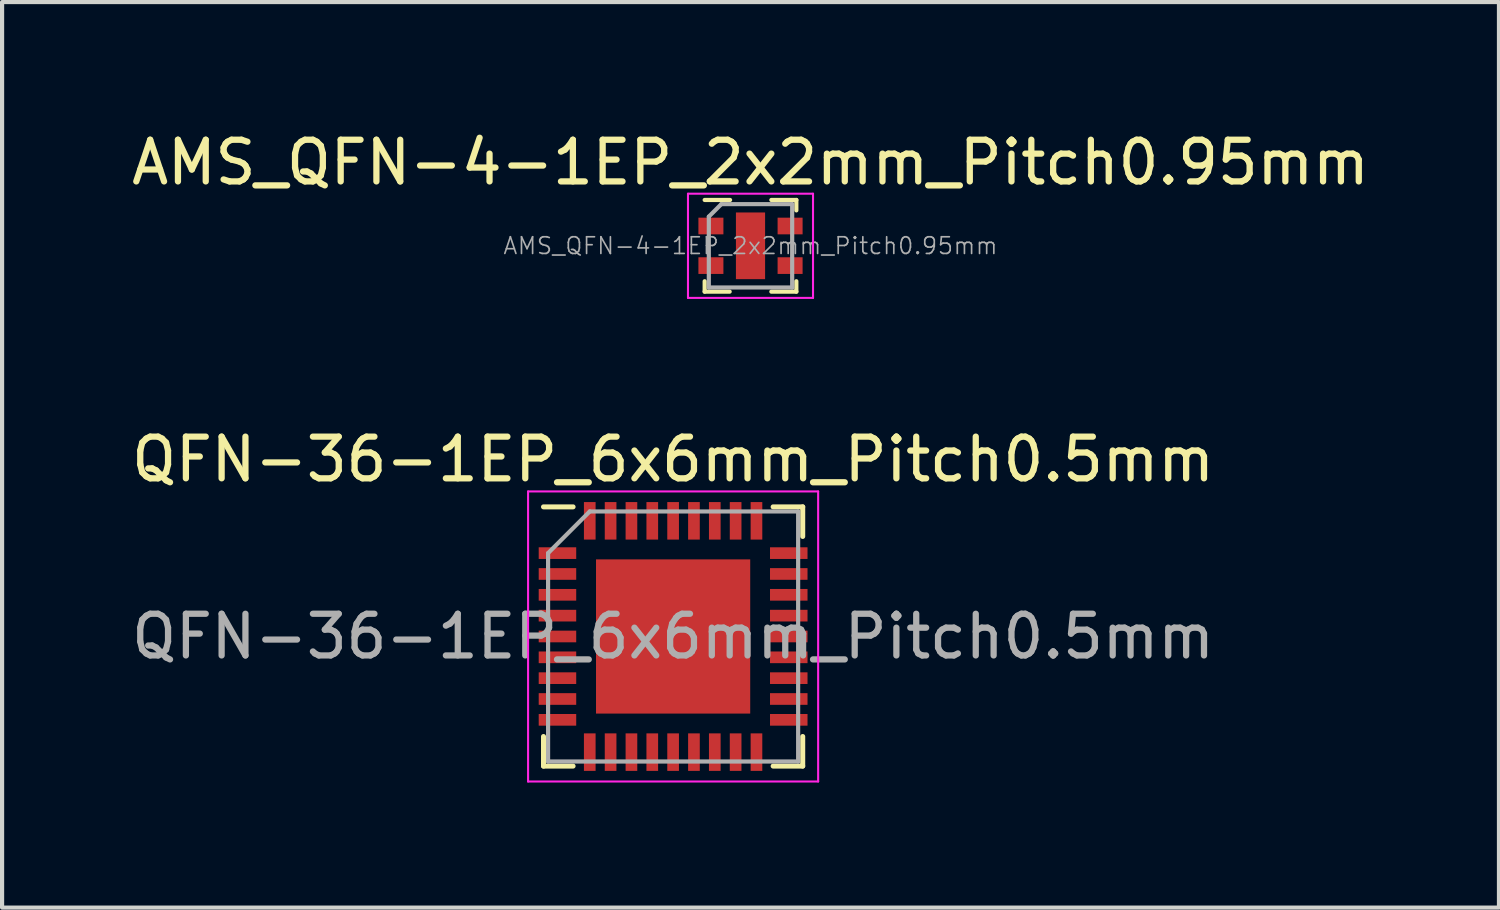
<source format=kicad_pcb>
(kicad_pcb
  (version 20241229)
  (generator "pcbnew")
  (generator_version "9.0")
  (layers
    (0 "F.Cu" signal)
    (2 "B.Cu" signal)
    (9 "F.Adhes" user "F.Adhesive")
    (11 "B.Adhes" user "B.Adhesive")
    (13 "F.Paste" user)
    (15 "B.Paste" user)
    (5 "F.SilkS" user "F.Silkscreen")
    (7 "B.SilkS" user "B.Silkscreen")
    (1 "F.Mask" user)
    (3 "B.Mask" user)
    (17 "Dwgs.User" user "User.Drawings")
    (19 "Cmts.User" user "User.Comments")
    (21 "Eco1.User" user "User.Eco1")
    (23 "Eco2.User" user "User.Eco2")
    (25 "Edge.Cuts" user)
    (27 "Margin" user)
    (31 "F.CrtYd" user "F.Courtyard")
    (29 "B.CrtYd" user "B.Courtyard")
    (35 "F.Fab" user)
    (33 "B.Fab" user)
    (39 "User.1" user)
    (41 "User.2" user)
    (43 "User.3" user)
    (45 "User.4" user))
  (footprint "AMS_QFN-4-1EP_2x2mm_Pitch0.95mm"
    (layer "F.Cu")
    (at 14.958 2.848)
    (property "Reference" "AMS_QFN-4-1EP_2x2mm_Pitch0.95mm" (at 0 -2 0) (layer "F.SilkS") (effects (font (size 1 1) (thickness 0.15))))
    (attr smd)
    (fp_line (start -1.1 1.1) (end -1.1 0.85) (stroke (width 0.1) (type solid)) (layer "F.SilkS"))
    (fp_line (start -1.1 1.1) (end -0.5 1.1) (stroke (width 0.1) (type solid)) (layer "F.SilkS"))
    (fp_line (start -0.49 -1.1) (end -1.1 -1.1) (stroke (width 0.1) (type solid)) (layer "F.SilkS"))
    (fp_line (start 1.1 -1.1) (end 0.5 -1.1) (stroke (width 0.1) (type solid)) (layer "F.SilkS"))
    (fp_line (start 1.1 -1.1) (end 1.1 -0.85) (stroke (width 0.1) (type solid)) (layer "F.SilkS"))
    (fp_line (start 1.1 1.1) (end 0.5 1.1) (stroke (width 0.1) (type solid)) (layer "F.SilkS"))
    (fp_line (start 1.1 1.1) (end 1.1 0.85) (stroke (width 0.1) (type solid)) (layer "F.SilkS"))
    (fp_line (start -1.5 -1.25) (end 1.5 -1.25) (stroke (width 0.05) (type solid)) (layer "F.CrtYd"))
    (fp_line (start -1.5 1.25) (end -1.5 -1.25) (stroke (width 0.05) (type solid)) (layer "F.CrtYd"))
    (fp_line (start 1.5 -1.25) (end 1.5 1.25) (stroke (width 0.05) (type solid)) (layer "F.CrtYd"))
    (fp_line (start 1.5 1.25) (end -1.5 1.25) (stroke (width 0.05) (type solid)) (layer "F.CrtYd"))
    (fp_line (start -1 -0.7) (end -0.7 -1) (stroke (width 0.1) (type solid)) (layer "F.Fab"))
    (fp_line (start -1 1) (end -1 -0.7) (stroke (width 0.1) (type solid)) (layer "F.Fab"))
    (fp_line (start -0.7 -1) (end 1 -1) (stroke (width 0.1) (type solid)) (layer "F.Fab"))
    (fp_line (start 1 -1) (end 1 1) (stroke (width 0.1) (type solid)) (layer "F.Fab"))
    (fp_line (start 1 1) (end -1 1) (stroke (width 0.1) (type solid)) (layer "F.Fab"))
    (fp_text user "${REFERENCE}" (at 0 0 0) (layer "F.Fab") (effects (font (size 0.4 0.4) (thickness 0.04))))
    (pad "" smd rect (at 0 0) (size 0.35 0.8) (layers "F.Paste"))
    (pad "1" smd rect (at -0.95 -0.475) (size 0.6 0.4) (layers "F.Cu" "F.Mask" "F.Paste"))
    (pad "2" smd rect (at -0.95 0.475) (size 0.6 0.4) (layers "F.Cu" "F.Mask" "F.Paste"))
    (pad "3" smd rect (at 0.95 0.475) (size 0.6 0.4) (layers "F.Cu" "F.Mask" "F.Paste"))
    (pad "4" smd rect (at 0.95 -0.475) (size 0.6 0.4) (layers "F.Cu" "F.Mask" "F.Paste"))
    (pad "5" smd rect (at 0 0) (size 0.7 1.6) (layers "F.Cu" "F.Mask")))
  (footprint "QFN-36-1EP_6x6mm_Pitch0.5mm"
    (layer "F.Cu")
    (at 13.101 12.222)
    (property "Reference" "QFN-36-1EP_6x6mm_Pitch0.5mm" (at 0 -4.25 0) (layer "F.SilkS") (effects (font (size 1 1) (thickness 0.15))))
    (attr smd)
    (fp_line (start -3.11 3.11) (end -3.11 2.4) (stroke (width 0.12) (type solid)) (layer "F.SilkS"))
    (fp_line (start -3.11 3.11) (end -2.4 3.11) (stroke (width 0.12) (type solid)) (layer "F.SilkS"))
    (fp_line (start -2.4 -3.11) (end -3.11 -3.11) (stroke (width 0.12) (type solid)) (layer "F.SilkS"))
    (fp_line (start 3.11 -3.11) (end 2.4 -3.11) (stroke (width 0.12) (type solid)) (layer "F.SilkS"))
    (fp_line (start 3.11 -3.11) (end 3.11 -2.4) (stroke (width 0.12) (type solid)) (layer "F.SilkS"))
    (fp_line (start 3.11 3.11) (end 2.4 3.11) (stroke (width 0.12) (type solid)) (layer "F.SilkS"))
    (fp_line (start 3.11 3.11) (end 3.11 2.4) (stroke (width 0.12) (type solid)) (layer "F.SilkS"))
    (fp_line (start -3.48 -3.48) (end -3.48 3.48) (stroke (width 0.05) (type solid)) (layer "F.CrtYd"))
    (fp_line (start -3.48 -3.48) (end 3.48 -3.48) (stroke (width 0.05) (type solid)) (layer "F.CrtYd"))
    (fp_line (start -3.48 3.48) (end 3.48 3.48) (stroke (width 0.05) (type solid)) (layer "F.CrtYd"))
    (fp_line (start 3.48 -3.48) (end 3.48 3.48) (stroke (width 0.05) (type solid)) (layer "F.CrtYd"))
    (fp_line (start -3 -2) (end -2 -3) (stroke (width 0.1) (type solid)) (layer "F.Fab"))
    (fp_line (start -3 3) (end -3 -2) (stroke (width 0.1) (type solid)) (layer "F.Fab"))
    (fp_line (start -2 -3) (end 3 -3) (stroke (width 0.1) (type solid)) (layer "F.Fab"))
    (fp_line (start 3 -3) (end 3 3) (stroke (width 0.1) (type solid)) (layer "F.Fab"))
    (fp_line (start 3 3) (end -3 3) (stroke (width 0.1) (type solid)) (layer "F.Fab"))
    (fp_text user "${REFERENCE}" (at 0 0 0) (layer "F.Fab") (effects (font (size 1 1) (thickness 0.15))))
    (pad "" smd rect (at -1.387 -1.387) (size 0.827 0.827) (layers "F.Paste"))
    (pad "" smd rect (at -1.387 -0.463) (size 0.827 0.827) (layers "F.Paste"))
    (pad "" smd rect (at -1.387 0.463) (size 0.827 0.827) (layers "F.Paste"))
    (pad "" smd rect (at -1.387 1.387) (size 0.827 0.827) (layers "F.Paste"))
    (pad "" smd rect (at -0.463 -1.387) (size 0.827 0.827) (layers "F.Paste"))
    (pad "" smd rect (at -0.463 -0.463) (size 0.827 0.827) (layers "F.Paste"))
    (pad "" smd rect (at -0.463 0.463) (size 0.827 0.827) (layers "F.Paste"))
    (pad "" smd rect (at -0.463 1.387) (size 0.827 0.827) (layers "F.Paste"))
    (pad "" smd rect (at 0.463 -1.387) (size 0.827 0.827) (layers "F.Paste"))
    (pad "" smd rect (at 0.463 -0.463) (size 0.827 0.827) (layers "F.Paste"))
    (pad "" smd rect (at 0.463 0.463) (size 0.827 0.827) (layers "F.Paste"))
    (pad "" smd rect (at 0.463 1.387) (size 0.827 0.827) (layers "F.Paste"))
    (pad "" smd rect (at 1.387 -1.387) (size 0.827 0.827) (layers "F.Paste"))
    (pad "" smd rect (at 1.387 -0.463) (size 0.827 0.827) (layers "F.Paste"))
    (pad "" smd rect (at 1.387 0.463) (size 0.827 0.827) (layers "F.Paste"))
    (pad "" smd rect (at 1.387 1.387) (size 0.827 0.827) (layers "F.Paste"))
    (pad "1" smd rect (at -2.775 -2) (size 0.9 0.28) (layers "F.Cu" "F.Mask" "F.Paste"))
    (pad "2" smd rect (at -2.775 -1.5) (size 0.9 0.28) (layers "F.Cu" "F.Mask" "F.Paste"))
    (pad "3" smd rect (at -2.775 -1) (size 0.9 0.28) (layers "F.Cu" "F.Mask" "F.Paste"))
    (pad "4" smd rect (at -2.775 -0.5) (size 0.9 0.28) (layers "F.Cu" "F.Mask" "F.Paste"))
    (pad "5" smd rect (at -2.775 0) (size 0.9 0.28) (layers "F.Cu" "F.Mask" "F.Paste"))
    (pad "6" smd rect (at -2.775 0.5) (size 0.9 0.28) (layers "F.Cu" "F.Mask" "F.Paste"))
    (pad "7" smd rect (at -2.775 1) (size 0.9 0.28) (layers "F.Cu" "F.Mask" "F.Paste"))
    (pad "8" smd rect (at -2.775 1.5) (size 0.9 0.28) (layers "F.Cu" "F.Mask" "F.Paste"))
    (pad "9" smd rect (at -2.775 2) (size 0.9 0.28) (layers "F.Cu" "F.Mask" "F.Paste"))
    (pad "10" smd rect (at -2 2.775 90) (size 0.9 0.28) (layers "F.Cu" "F.Mask" "F.Paste"))
    (pad "11" smd rect (at -1.5 2.775 90) (size 0.9 0.28) (layers "F.Cu" "F.Mask" "F.Paste"))
    (pad "12" smd rect (at -1 2.775 90) (size 0.9 0.28) (layers "F.Cu" "F.Mask" "F.Paste"))
    (pad "13" smd rect (at -0.5 2.775 90) (size 0.9 0.28) (layers "F.Cu" "F.Mask" "F.Paste"))
    (pad "14" smd rect (at 0 2.775 90) (size 0.9 0.28) (layers "F.Cu" "F.Mask" "F.Paste"))
    (pad "15" smd rect (at 0.5 2.775 90) (size 0.9 0.28) (layers "F.Cu" "F.Mask" "F.Paste"))
    (pad "16" smd rect (at 1 2.775 90) (size 0.9 0.28) (layers "F.Cu" "F.Mask" "F.Paste"))
    (pad "17" smd rect (at 1.5 2.775 90) (size 0.9 0.28) (layers "F.Cu" "F.Mask" "F.Paste"))
    (pad "18" smd rect (at 2 2.775 90) (size 0.9 0.28) (layers "F.Cu" "F.Mask" "F.Paste"))
    (pad "19" smd rect (at 2.775 2) (size 0.9 0.28) (layers "F.Cu" "F.Mask" "F.Paste"))
    (pad "20" smd rect (at 2.775 1.5) (size 0.9 0.28) (layers "F.Cu" "F.Mask" "F.Paste"))
    (pad "21" smd rect (at 2.775 1) (size 0.9 0.28) (layers "F.Cu" "F.Mask" "F.Paste"))
    (pad "22" smd rect (at 2.775 0.5) (size 0.9 0.28) (layers "F.Cu" "F.Mask" "F.Paste"))
    (pad "23" smd rect (at 2.775 0) (size 0.9 0.28) (layers "F.Cu" "F.Mask" "F.Paste"))
    (pad "24" smd rect (at 2.775 -0.5) (size 0.9 0.28) (layers "F.Cu" "F.Mask" "F.Paste"))
    (pad "25" smd rect (at 2.775 -1) (size 0.9 0.28) (layers "F.Cu" "F.Mask" "F.Paste"))
    (pad "26" smd rect (at 2.775 -1.5) (size 0.9 0.28) (layers "F.Cu" "F.Mask" "F.Paste"))
    (pad "27" smd rect (at 2.775 -2) (size 0.9 0.28) (layers "F.Cu" "F.Mask" "F.Paste"))
    (pad "28" smd rect (at 2 -2.775 90) (size 0.9 0.28) (layers "F.Cu" "F.Mask" "F.Paste"))
    (pad "29" smd rect (at 1.5 -2.775 90) (size 0.9 0.28) (layers "F.Cu" "F.Mask" "F.Paste"))
    (pad "30" smd rect (at 1 -2.775 90) (size 0.9 0.28) (layers "F.Cu" "F.Mask" "F.Paste"))
    (pad "31" smd rect (at 0.5 -2.775 90) (size 0.9 0.28) (layers "F.Cu" "F.Mask" "F.Paste"))
    (pad "32" smd rect (at 0 -2.775 90) (size 0.9 0.28) (layers "F.Cu" "F.Mask" "F.Paste"))
    (pad "33" smd rect (at -0.5 -2.775 90) (size 0.9 0.28) (layers "F.Cu" "F.Mask" "F.Paste"))
    (pad "34" smd rect (at -1 -2.775 90) (size 0.9 0.28) (layers "F.Cu" "F.Mask" "F.Paste"))
    (pad "35" smd rect (at -1.5 -2.775 90) (size 0.9 0.28) (layers "F.Cu" "F.Mask" "F.Paste"))
    (pad "36" smd rect (at -2 -2.775 90) (size 0.9 0.28) (layers "F.Cu" "F.Mask" "F.Paste"))
    (pad "37" smd rect (at 0 0) (size 3.7 3.7) (layers "F.Cu" "F.Mask")))
  (gr_rect
    (start -3 -3)
    (end 32.917 18.727)
    (stroke (width 0.1) (type default))
    (fill no)
    (layer "Edge.Cuts")))
</source>
